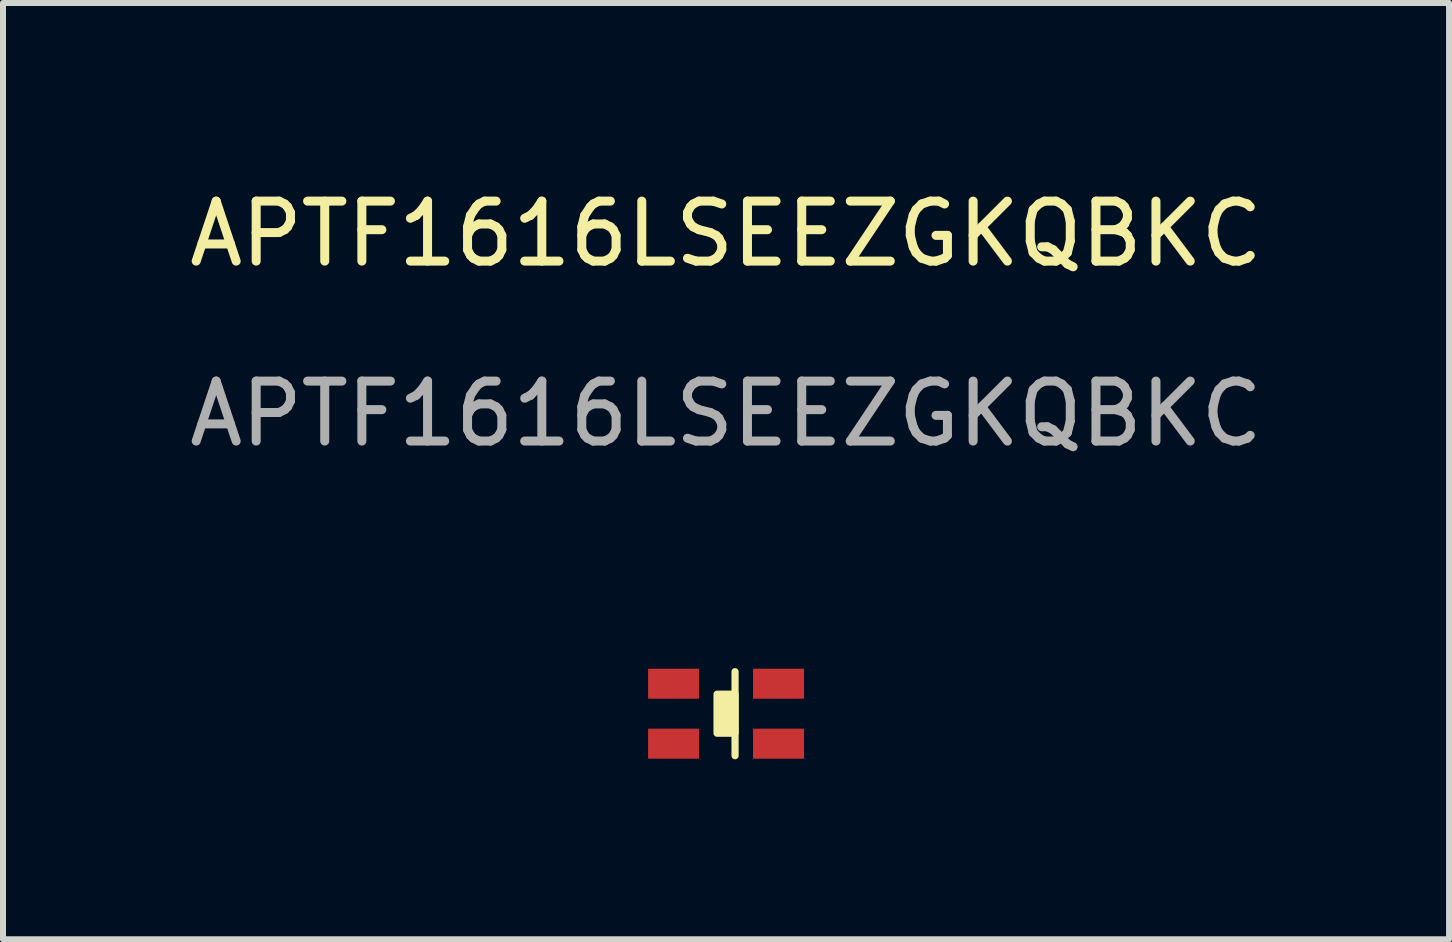
<source format=kicad_pcb>
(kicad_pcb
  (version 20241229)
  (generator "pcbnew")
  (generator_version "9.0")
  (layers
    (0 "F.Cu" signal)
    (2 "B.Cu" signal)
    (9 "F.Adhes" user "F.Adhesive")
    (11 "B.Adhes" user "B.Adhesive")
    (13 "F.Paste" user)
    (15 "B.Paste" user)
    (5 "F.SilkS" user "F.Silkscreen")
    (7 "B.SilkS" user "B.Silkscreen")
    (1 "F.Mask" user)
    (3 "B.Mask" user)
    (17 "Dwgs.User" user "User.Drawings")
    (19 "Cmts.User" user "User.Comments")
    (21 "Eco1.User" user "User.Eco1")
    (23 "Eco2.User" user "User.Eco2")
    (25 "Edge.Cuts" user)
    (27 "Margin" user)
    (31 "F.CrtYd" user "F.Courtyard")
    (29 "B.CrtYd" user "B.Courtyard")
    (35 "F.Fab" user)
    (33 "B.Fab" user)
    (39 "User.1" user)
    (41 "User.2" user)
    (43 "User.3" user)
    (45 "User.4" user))
  (footprint "APTF1616LSEEZGKQBKC"
    (layer "F.Cu")
    (at 9.054 8.848)
    (property "Reference" "APTF1616LSEEZGKQBKC" (at 0 -8 0) (unlocked yes) (layer "F.SilkS") (effects (font (size 1 1) (thickness 0.15))))
    (attr smd)
    (fp_line (start 0.15 -0.7) (end 0.15 0.7) (stroke (width 0.12) (type solid)) (layer "F.SilkS"))
    (fp_rect (start 0.15 -0.325) (end -0.15 0.325) (stroke (width 0.12) (type solid)) (fill yes) (layer "F.SilkS"))
    (fp_text user "${REFERENCE}" (at 0 -5 0) (unlocked yes) (layer "F.Fab") (effects (font (size 1 1) (thickness 0.15))))
    (pad "1" smd rect (at 0.875 -0.5) (size 0.85 0.5) (layers "F.Cu" "F.Mask" "F.Paste"))
    (pad "2" smd rect (at -0.875 -0.5) (size 0.85 0.5) (layers "F.Cu" "F.Mask" "F.Paste"))
    (pad "3" smd rect (at -0.875 0.5) (size 0.85 0.5) (layers "F.Cu" "F.Mask" "F.Paste"))
    (pad "4" smd rect (at 0.875 0.5) (size 0.85 0.5) (layers "F.Cu" "F.Mask" "F.Paste")))
  (gr_rect
    (start -3 -3)
    (end 21.107 12.608)
    (stroke (width 0.1) (type default))
    (fill no)
    (layer "Edge.Cuts")))
</source>
